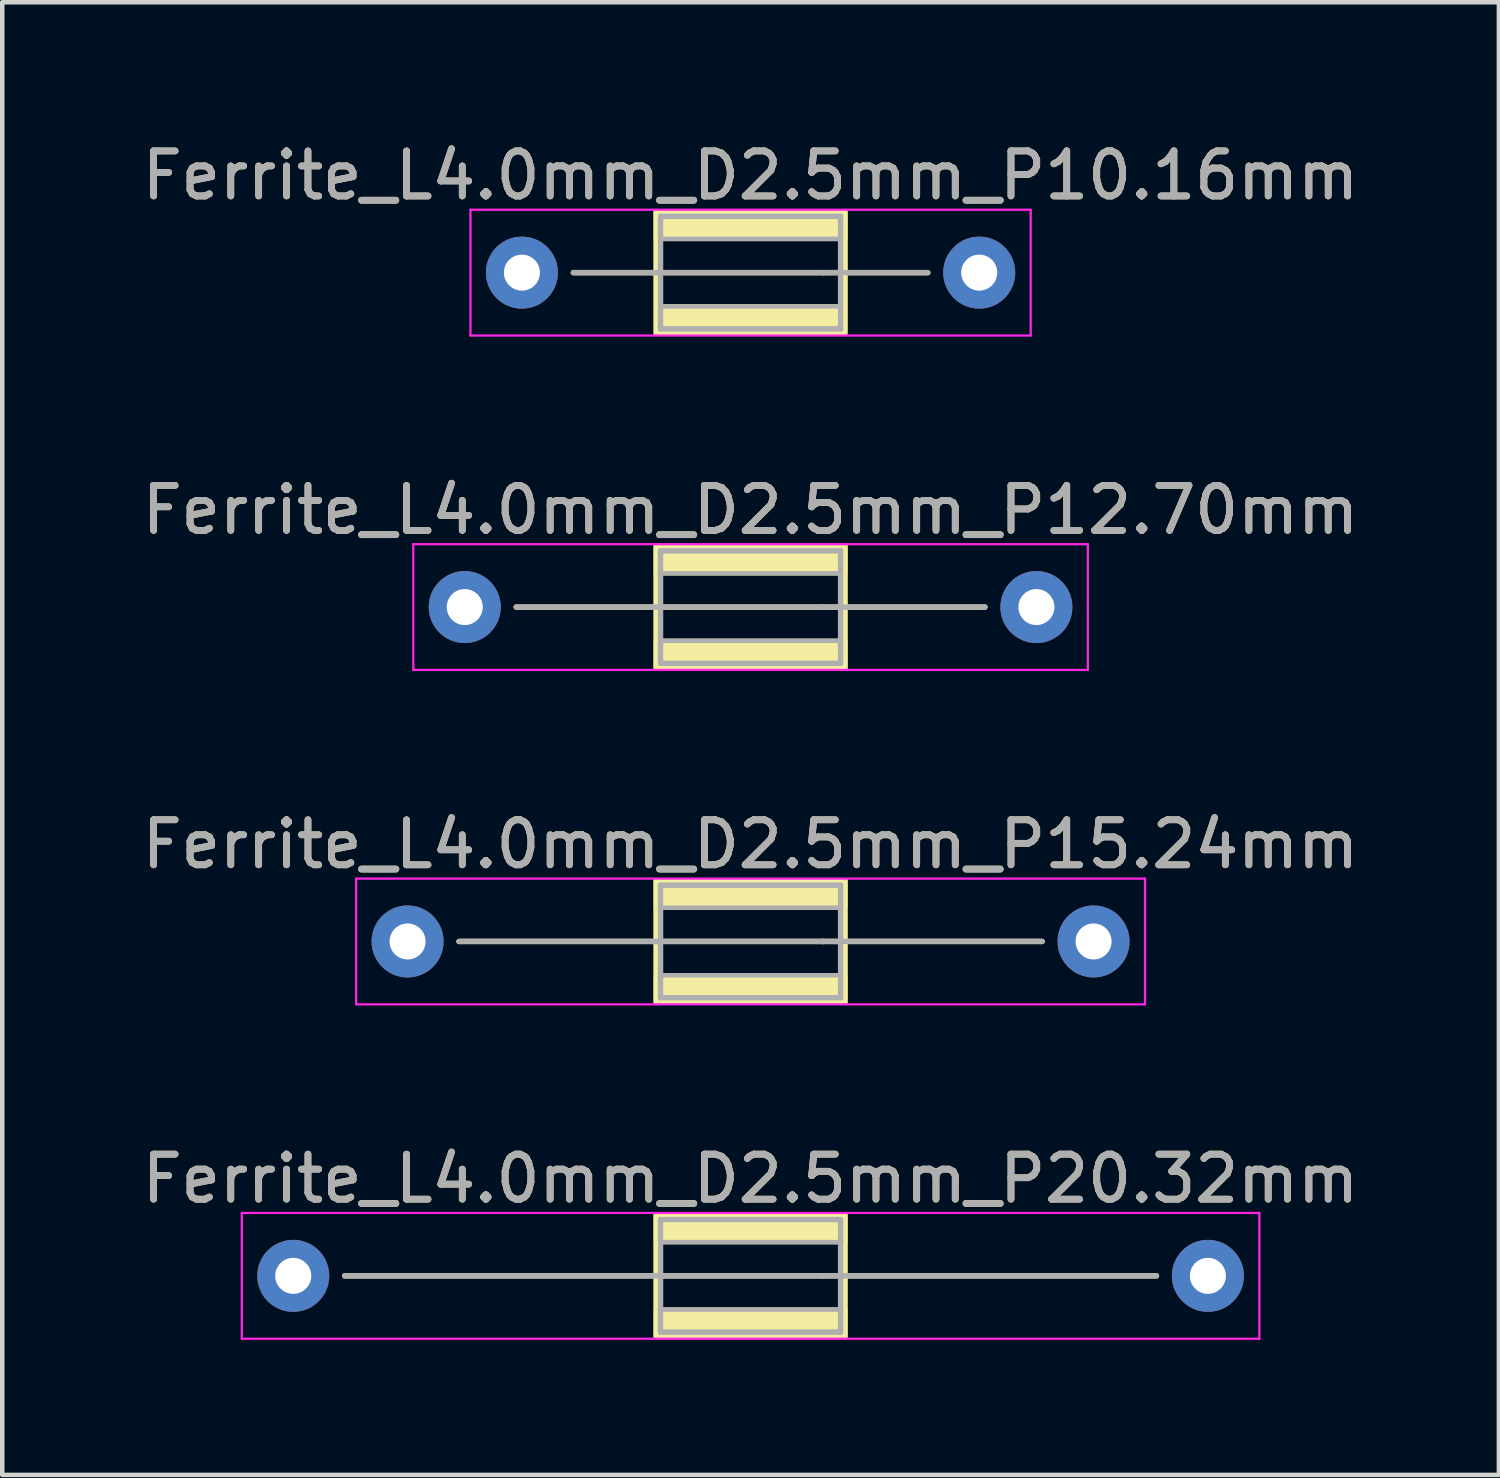
<source format=kicad_pcb>
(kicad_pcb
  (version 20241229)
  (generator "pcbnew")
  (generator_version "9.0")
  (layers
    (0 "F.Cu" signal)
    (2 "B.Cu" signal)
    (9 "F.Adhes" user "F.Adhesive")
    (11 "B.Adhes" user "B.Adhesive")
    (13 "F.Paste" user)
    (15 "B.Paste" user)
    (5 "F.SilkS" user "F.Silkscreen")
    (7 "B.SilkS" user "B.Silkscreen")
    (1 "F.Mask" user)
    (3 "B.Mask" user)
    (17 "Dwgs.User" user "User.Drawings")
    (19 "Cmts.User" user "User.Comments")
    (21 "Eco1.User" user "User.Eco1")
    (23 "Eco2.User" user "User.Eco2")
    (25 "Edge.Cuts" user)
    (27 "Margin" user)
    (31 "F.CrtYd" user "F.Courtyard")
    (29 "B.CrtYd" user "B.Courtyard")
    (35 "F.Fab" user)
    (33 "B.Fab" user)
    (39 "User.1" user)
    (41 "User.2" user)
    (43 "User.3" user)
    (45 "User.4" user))
  (footprint "Ferrite_L4.0mm_D2.5mm_P20.32mm"
    (layer "F.Cu")
    (at 3.465 25.295)
    (property "Reference" "Ferrite_L4.0mm_D2.5mm_P20.32mm" (at 10.16 -2.159 0) (layer "F.SilkS") (effects (font (size 1 1) (thickness 0.15))))
    (fp_line (start 11.774 0.000002) (end 1.143 0) (stroke (width 0.12) (type solid)) (layer "F.SilkS"))
    (fp_line (start 11.774 0.000002) (end 19.177 0) (stroke (width 0.12) (type solid)) (layer "F.SilkS"))
    (fp_rect (start 8.06 -1.35) (end 12.26 1.35) (stroke (width 0.12) (type solid)) (fill no) (layer "F.SilkS"))
    (fp_poly (pts (xy 12.26 -0.75) (xy 8.06 -0.75) (xy 8.06 -1.35) (xy 12.26 -1.35)) (stroke (width 0.1) (type solid)) (fill yes) (layer "F.SilkS"))
    (fp_poly (pts (xy 12.26 1.35) (xy 8.06 1.35) (xy 8.06 0.75) (xy 12.26 0.75)) (stroke (width 0.1) (type solid)) (fill yes) (layer "F.SilkS"))
    (fp_line (start -1.143 -1.397) (end 21.463 -1.397) (stroke (width 0.05) (type solid)) (layer "F.CrtYd"))
    (fp_line (start -1.143 1.397) (end -1.143 -1.397) (stroke (width 0.05) (type solid)) (layer "F.CrtYd"))
    (fp_line (start 21.463 -1.397) (end 21.463 1.397) (stroke (width 0.05) (type solid)) (layer "F.CrtYd"))
    (fp_line (start 21.463 1.397) (end -1.143 1.397) (stroke (width 0.05) (type solid)) (layer "F.CrtYd"))
    (fp_line (start 8.16 -1.25) (end 8.16 0) (stroke (width 0.12) (type solid)) (layer "F.Fab"))
    (fp_line (start 8.16 0) (end 8.16 1.25) (stroke (width 0.12) (type solid)) (layer "F.Fab"))
    (fp_line (start 8.16 1.25) (end 12.16 1.25) (stroke (width 0.12) (type solid)) (layer "F.Fab"))
    (fp_line (start 11.774 0.000002) (end 1.143 0) (stroke (width 0.12) (type solid)) (layer "F.Fab"))
    (fp_line (start 11.774 0.000002) (end 19.177 0) (stroke (width 0.12) (type solid)) (layer "F.Fab"))
    (fp_line (start 12.16 -1.25) (end 8.16 -1.25) (stroke (width 0.12) (type solid)) (layer "F.Fab"))
    (fp_line (start 12.16 1.25) (end 12.16 -1.25) (stroke (width 0.12) (type solid)) (layer "F.Fab"))
    (fp_poly (pts (xy 12.16 -0.75) (xy 8.16 -0.75) (xy 8.16 -1.25) (xy 12.16 -1.25)) (stroke (width 0.1) (type solid)) (fill no) (layer "F.Fab"))
    (fp_poly (pts (xy 12.16 1.25) (xy 8.16 1.25) (xy 8.16 0.75) (xy 12.16 0.75)) (stroke (width 0.1) (type solid)) (fill no) (layer "F.Fab"))
    (fp_text user "${REFERENCE}" (at 10.16 -2.158 0) (layer "F.Fab") (effects (font (size 1 1) (thickness 0.15))))
    (pad "1" thru_hole circle (at 0 0) (size 1.6 1.6) (drill 0.8) (layers "*.Cu" "*.Mask"))
    (pad "2" thru_hole circle (at 20.32 0) (size 1.6 1.6) (drill 0.8) (layers "*.Cu" "*.Mask")))
  (footprint "Ferrite_L4.0mm_D2.5mm_P15.24mm"
    (layer "F.Cu")
    (at 6.005 17.866)
    (property "Reference" "Ferrite_L4.0mm_D2.5mm_P15.24mm" (at 7.62 -2.159 0) (layer "F.SilkS") (effects (font (size 1 1) (thickness 0.15))))
    (fp_line (start 9.234 0.000002) (end 1.143 0) (stroke (width 0.12) (type solid)) (layer "F.SilkS"))
    (fp_line (start 9.234 0.000002) (end 14.097 0) (stroke (width 0.12) (type solid)) (layer "F.SilkS"))
    (fp_rect (start 5.52 -1.35) (end 9.72 1.35) (stroke (width 0.12) (type solid)) (fill no) (layer "F.SilkS"))
    (fp_poly (pts (xy 9.72 -0.75) (xy 5.52 -0.75) (xy 5.52 -1.35) (xy 9.72 -1.35)) (stroke (width 0.1) (type solid)) (fill yes) (layer "F.SilkS"))
    (fp_poly (pts (xy 9.72 1.35) (xy 5.52 1.35) (xy 5.52 0.75) (xy 9.72 0.75)) (stroke (width 0.1) (type solid)) (fill yes) (layer "F.SilkS"))
    (fp_line (start -1.143 -1.397) (end 16.383 -1.397) (stroke (width 0.05) (type solid)) (layer "F.CrtYd"))
    (fp_line (start -1.143 1.397) (end -1.143 -1.397) (stroke (width 0.05) (type solid)) (layer "F.CrtYd"))
    (fp_line (start 16.383 -1.397) (end 16.383 1.397) (stroke (width 0.05) (type solid)) (layer "F.CrtYd"))
    (fp_line (start 16.383 1.397) (end -1.143 1.397) (stroke (width 0.05) (type solid)) (layer "F.CrtYd"))
    (fp_line (start 5.62 -1.25) (end 5.62 0) (stroke (width 0.12) (type solid)) (layer "F.Fab"))
    (fp_line (start 5.62 0) (end 5.62 1.25) (stroke (width 0.12) (type solid)) (layer "F.Fab"))
    (fp_line (start 5.62 1.25) (end 9.62 1.25) (stroke (width 0.12) (type solid)) (layer "F.Fab"))
    (fp_line (start 9.234 0.000002) (end 1.143 0) (stroke (width 0.12) (type solid)) (layer "F.Fab"))
    (fp_line (start 9.234 0.000002) (end 14.097 0) (stroke (width 0.12) (type solid)) (layer "F.Fab"))
    (fp_line (start 9.62 -1.25) (end 5.62 -1.25) (stroke (width 0.12) (type solid)) (layer "F.Fab"))
    (fp_line (start 9.62 1.25) (end 9.62 -1.25) (stroke (width 0.12) (type solid)) (layer "F.Fab"))
    (fp_poly (pts (xy 9.62 -0.75) (xy 5.62 -0.75) (xy 5.62 -1.25) (xy 9.62 -1.25)) (stroke (width 0.1) (type solid)) (fill no) (layer "F.Fab"))
    (fp_poly (pts (xy 9.62 1.25) (xy 5.62 1.25) (xy 5.62 0.75) (xy 9.62 0.75)) (stroke (width 0.1) (type solid)) (fill no) (layer "F.Fab"))
    (fp_text user "${REFERENCE}" (at 7.62 -2.158 0) (layer "F.Fab") (effects (font (size 1 1) (thickness 0.15))))
    (pad "1" thru_hole circle (at 0 0) (size 1.6 1.6) (drill 0.8) (layers "*.Cu" "*.Mask"))
    (pad "2" thru_hole circle (at 15.24 0) (size 1.6 1.6) (drill 0.8) (layers "*.Cu" "*.Mask")))
  (footprint "Ferrite_L4.0mm_D2.5mm_P10.16mm"
    (layer "F.Cu")
    (at 8.545 3.007)
    (property "Reference" "Ferrite_L4.0mm_D2.5mm_P10.16mm" (at 5.08 -2.159 0) (layer "F.SilkS") (effects (font (size 1 1) (thickness 0.15))))
    (fp_line (start 6.694 0.000002) (end 1.143 0) (stroke (width 0.12) (type solid)) (layer "F.SilkS"))
    (fp_line (start 6.694 0.000002) (end 9.017 0) (stroke (width 0.12) (type solid)) (layer "F.SilkS"))
    (fp_rect (start 2.98 -1.35) (end 7.18 1.35) (stroke (width 0.12) (type solid)) (fill no) (layer "F.SilkS"))
    (fp_poly (pts (xy 7.08 1.25) (xy 3.08 1.25) (xy 3.08 0.75) (xy 7.08 0.75)) (stroke (width 0.1) (type solid)) (fill yes) (layer "F.SilkS"))
    (fp_poly (pts (xy 7.18 -0.75) (xy 2.98 -0.75) (xy 2.98 -1.35) (xy 7.18 -1.35)) (stroke (width 0.1) (type solid)) (fill yes) (layer "F.SilkS"))
    (fp_line (start -1.143 -1.397) (end 11.303 -1.397) (stroke (width 0.05) (type solid)) (layer "F.CrtYd"))
    (fp_line (start -1.143 1.397) (end -1.143 -1.397) (stroke (width 0.05) (type solid)) (layer "F.CrtYd"))
    (fp_line (start 11.303 -1.397) (end 11.303 1.397) (stroke (width 0.05) (type solid)) (layer "F.CrtYd"))
    (fp_line (start 11.303 1.397) (end -1.143 1.397) (stroke (width 0.05) (type solid)) (layer "F.CrtYd"))
    (fp_line (start 3.08 -1.25) (end 3.08 0) (stroke (width 0.12) (type solid)) (layer "F.Fab"))
    (fp_line (start 3.08 0) (end 3.08 1.25) (stroke (width 0.12) (type solid)) (layer "F.Fab"))
    (fp_line (start 3.08 1.25) (end 7.08 1.25) (stroke (width 0.12) (type solid)) (layer "F.Fab"))
    (fp_line (start 6.694 0.000002) (end 1.143 0) (stroke (width 0.12) (type solid)) (layer "F.Fab"))
    (fp_line (start 6.694 0.000002) (end 9.017 0) (stroke (width 0.12) (type solid)) (layer "F.Fab"))
    (fp_line (start 7.08 -1.25) (end 3.08 -1.25) (stroke (width 0.12) (type solid)) (layer "F.Fab"))
    (fp_line (start 7.08 1.25) (end 7.08 -1.25) (stroke (width 0.12) (type solid)) (layer "F.Fab"))
    (fp_poly (pts (xy 7.08 -0.75) (xy 3.08 -0.75) (xy 3.08 -1.25) (xy 7.08 -1.25)) (stroke (width 0.1) (type solid)) (fill no) (layer "F.Fab"))
    (fp_poly (pts (xy 7.08 1.25) (xy 3.08 1.25) (xy 3.08 0.75) (xy 7.08 0.75)) (stroke (width 0.1) (type solid)) (fill no) (layer "F.Fab"))
    (fp_text user "${REFERENCE}" (at 5.08 -2.158 0) (layer "F.Fab") (effects (font (size 1 1) (thickness 0.15))))
    (pad "1" thru_hole circle (at 0 0) (size 1.6 1.6) (drill 0.8) (layers "*.Cu" "*.Mask"))
    (pad "2" thru_hole circle (at 10.16 0) (size 1.6 1.6) (drill 0.8) (layers "*.Cu" "*.Mask")))
  (footprint "Ferrite_L4.0mm_D2.5mm_P12.70mm"
    (layer "F.Cu")
    (at 7.275 10.437)
    (property "Reference" "Ferrite_L4.0mm_D2.5mm_P12.70mm" (at 6.35 -2.159 0) (layer "F.SilkS") (effects (font (size 1 1) (thickness 0.15))))
    (fp_line (start 7.964 0.000002) (end 1.143 0) (stroke (width 0.12) (type solid)) (layer "F.SilkS"))
    (fp_line (start 7.964 0.000002) (end 11.557 0) (stroke (width 0.12) (type solid)) (layer "F.SilkS"))
    (fp_rect (start 4.25 -1.35) (end 8.45 1.35) (stroke (width 0.12) (type solid)) (fill no) (layer "F.SilkS"))
    (fp_poly (pts (xy 8.45 -0.75) (xy 4.25 -0.75) (xy 4.25 -1.35) (xy 8.45 -1.35)) (stroke (width 0.1) (type solid)) (fill yes) (layer "F.SilkS"))
    (fp_poly (pts (xy 8.45 1.35) (xy 4.25 1.35) (xy 4.25 0.75) (xy 8.45 0.75)) (stroke (width 0.1) (type solid)) (fill yes) (layer "F.SilkS"))
    (fp_line (start -1.143 -1.397) (end 13.843 -1.397) (stroke (width 0.05) (type solid)) (layer "F.CrtYd"))
    (fp_line (start -1.143 1.397) (end -1.143 -1.397) (stroke (width 0.05) (type solid)) (layer "F.CrtYd"))
    (fp_line (start 13.843 -1.397) (end 13.843 1.397) (stroke (width 0.05) (type solid)) (layer "F.CrtYd"))
    (fp_line (start 13.843 1.397) (end -1.143 1.397) (stroke (width 0.05) (type solid)) (layer "F.CrtYd"))
    (fp_line (start 4.35 -1.25) (end 4.35 0) (stroke (width 0.12) (type solid)) (layer "F.Fab"))
    (fp_line (start 4.35 0) (end 4.35 1.25) (stroke (width 0.12) (type solid)) (layer "F.Fab"))
    (fp_line (start 4.35 1.25) (end 8.35 1.25) (stroke (width 0.12) (type solid)) (layer "F.Fab"))
    (fp_line (start 7.964 0.000002) (end 1.143 0) (stroke (width 0.12) (type solid)) (layer "F.Fab"))
    (fp_line (start 7.964 0.000002) (end 11.557 0) (stroke (width 0.12) (type solid)) (layer "F.Fab"))
    (fp_line (start 8.35 -1.25) (end 4.35 -1.25) (stroke (width 0.12) (type solid)) (layer "F.Fab"))
    (fp_line (start 8.35 1.25) (end 8.35 -1.25) (stroke (width 0.12) (type solid)) (layer "F.Fab"))
    (fp_poly (pts (xy 8.35 -0.75) (xy 4.35 -0.75) (xy 4.35 -1.25) (xy 8.35 -1.25)) (stroke (width 0.1) (type solid)) (fill no) (layer "F.Fab"))
    (fp_poly (pts (xy 8.35 1.25) (xy 4.35 1.25) (xy 4.35 0.75) (xy 8.35 0.75)) (stroke (width 0.1) (type solid)) (fill no) (layer "F.Fab"))
    (fp_text user "${REFERENCE}" (at 6.35 -2.158 0) (layer "F.Fab") (effects (font (size 1 1) (thickness 0.15))))
    (pad "1" thru_hole circle (at 0 0) (size 1.6 1.6) (drill 0.8) (layers "*.Cu" "*.Mask"))
    (pad "2" thru_hole circle (at 12.7 0) (size 1.6 1.6) (drill 0.8) (layers "*.Cu" "*.Mask")))
  (gr_rect
    (start -3 -3)
    (end 30.25 29.717)
    (stroke (width 0.1) (type default))
    (fill no)
    (layer "Edge.Cuts")))
</source>
